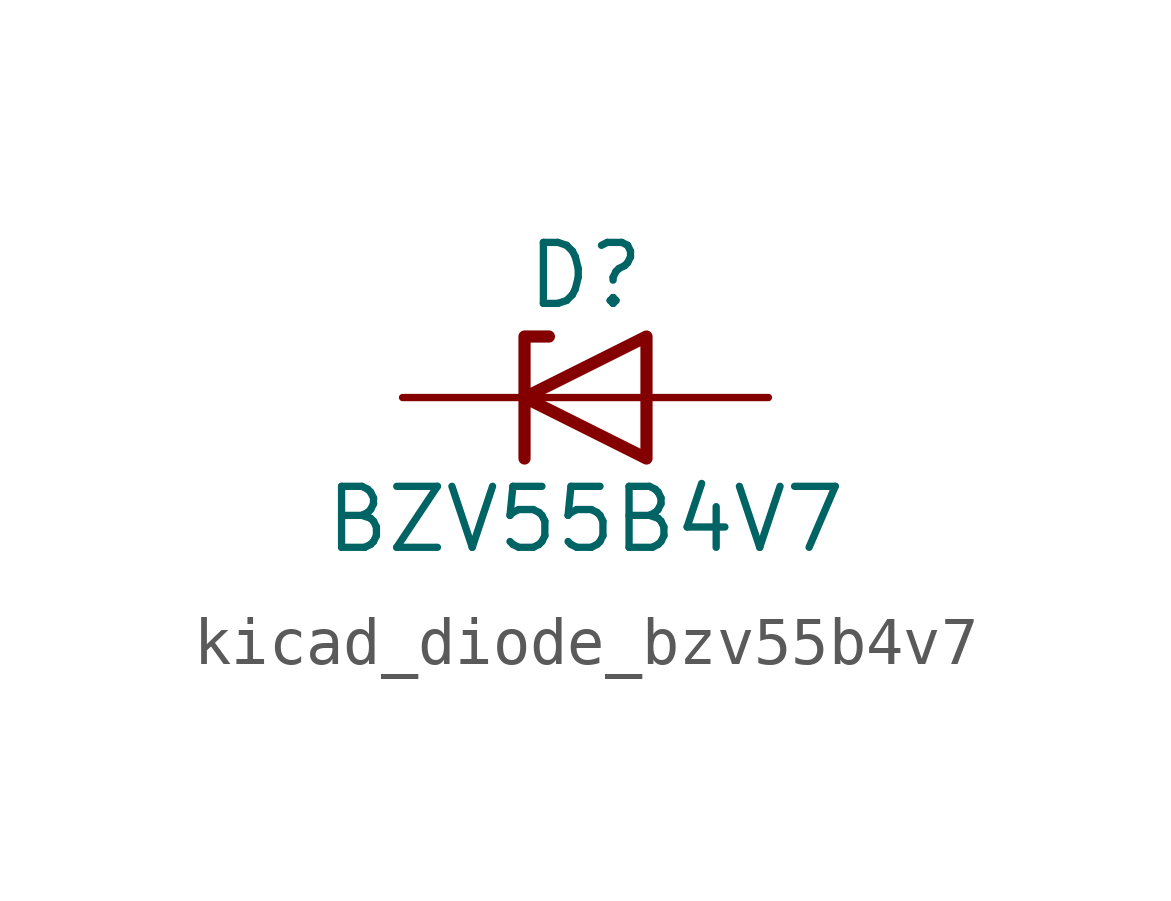
<source format=kicad_sym>
(kicad_symbol_lib
  (version 20220914)
  (generator kicad_symbol_editor)
  (symbol "kicad_diode_bzv55b4v7"
    (pin_numbers hide)
    (pin_names hide)
    (property "Reference" "D"
      (at 0 2.54 0)
      (effects (font (size 1.27 1.27))))
    (property "Value" "BZV55B4V7"
      (at 0 -2.54 0)
      (effects (font (size 1.27 1.27))))
    (symbol "kicad_diode_bzv55b4v7_0_1"
      (polyline (pts (xy 1.27 0) (xy -1.27 0)) (stroke (width 0) (type default)) (fill (type none)))
      (polyline (pts (xy -1.27 -1.27) (xy -1.27 1.27) (xy -0.762 1.27)) (stroke (width 0.254) (type default)) (fill (type none)))
      (polyline (pts (xy 1.27 -1.27) (xy 1.27 1.27) (xy -1.27 0) (xy 1.27 -1.27)) (stroke (width 0.254) (type default)) (fill (type none))))
    (symbol "kicad_diode_bzv55b4v7_1_1"
      (pin passive line (at -3.81 0 0) (length 2.54) (name "K" (effects (font (size 1.27 1.27)))) (number "1" (effects (font (size 1.27 1.27)))))
      (pin passive line (at 3.81 0 180) (length 2.54) (name "A" (effects (font (size 1.27 1.27)))) (number "2" (effects (font (size 1.27 1.27))))))))
</source>
